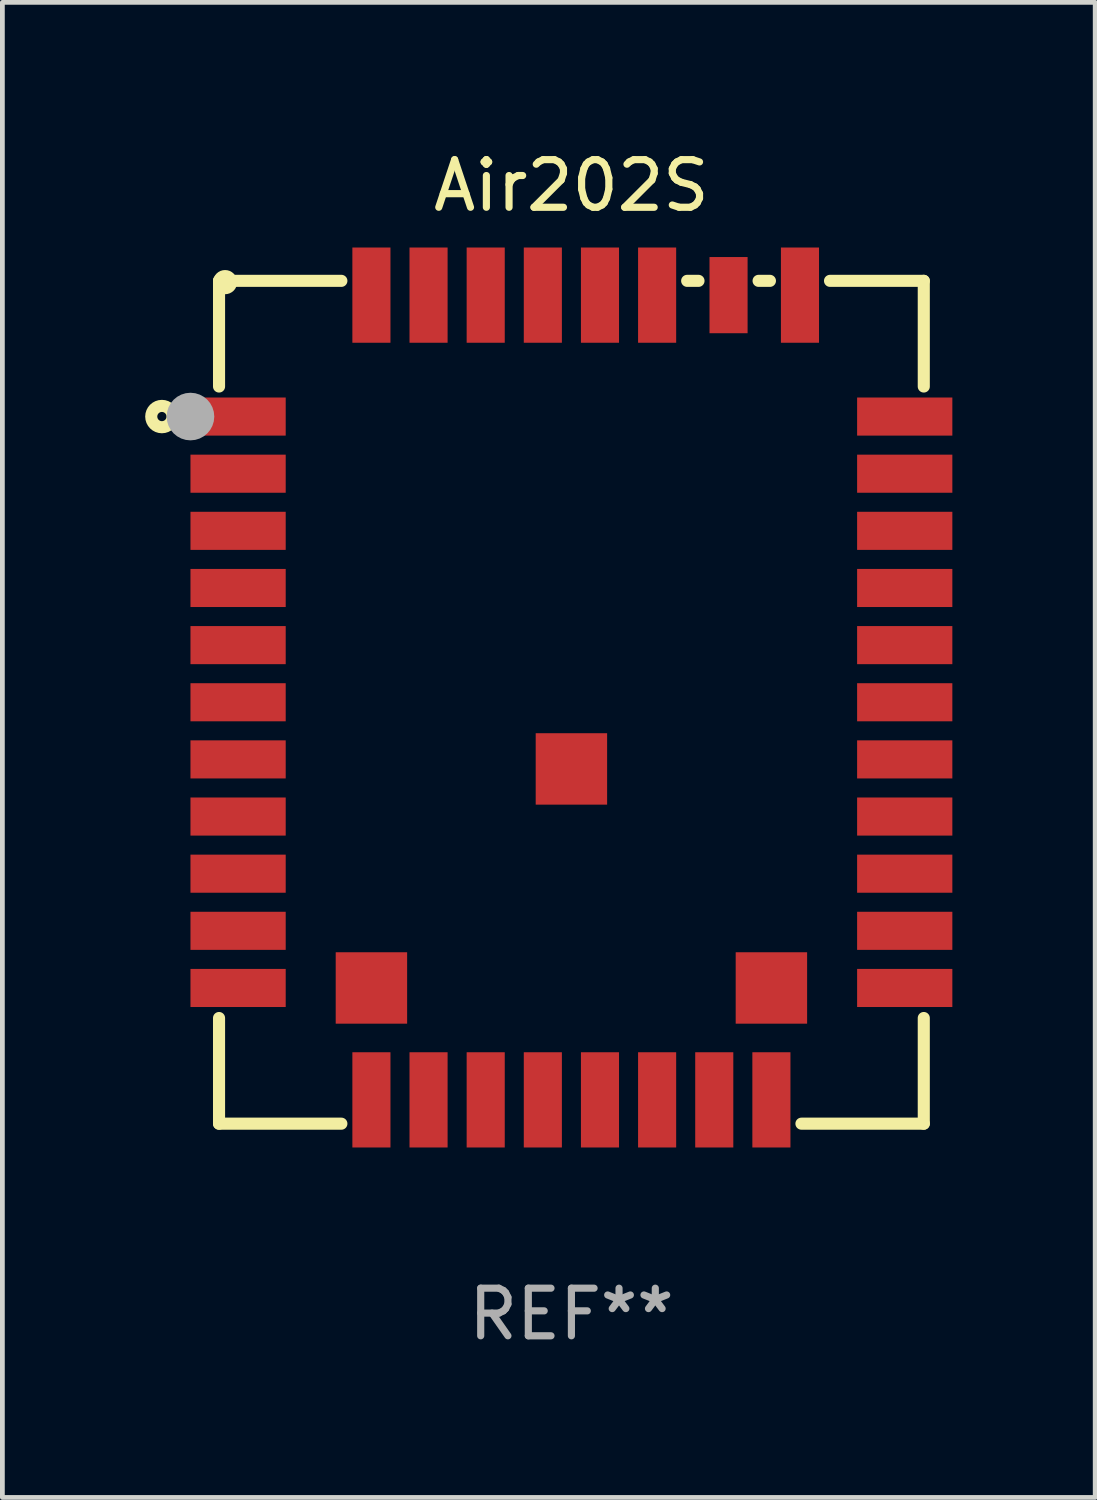
<source format=kicad_pcb>
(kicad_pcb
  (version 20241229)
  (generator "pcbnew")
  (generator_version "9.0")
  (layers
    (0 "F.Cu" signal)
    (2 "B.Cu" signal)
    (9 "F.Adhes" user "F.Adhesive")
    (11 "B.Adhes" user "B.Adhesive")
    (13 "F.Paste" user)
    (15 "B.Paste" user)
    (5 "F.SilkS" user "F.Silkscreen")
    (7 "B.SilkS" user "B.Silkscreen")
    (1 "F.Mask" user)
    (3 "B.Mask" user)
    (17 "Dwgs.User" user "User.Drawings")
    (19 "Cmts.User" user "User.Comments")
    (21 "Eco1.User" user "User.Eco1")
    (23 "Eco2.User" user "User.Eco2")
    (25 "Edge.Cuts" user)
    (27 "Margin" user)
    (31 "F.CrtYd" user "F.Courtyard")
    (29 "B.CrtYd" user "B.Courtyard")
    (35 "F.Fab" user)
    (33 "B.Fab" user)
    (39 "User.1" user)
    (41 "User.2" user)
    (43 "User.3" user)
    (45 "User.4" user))
  (footprint "Air202S"
    (layer "F.Cu")
    (at 8.95 11.698)
    (property "Reference" "Air202S" (at 0 -10.85 0) (layer "F.SilkS") (effects (font (size 1 1) (thickness 0.15))))
    (attr through_hole)
    (fp_line (start -7.4 -8.85) (end -7.4 -6.631) (stroke (width 0.254) (type solid)) (layer "F.SilkS"))
    (fp_line (start -7.4 -8.85) (end -4.831 -8.85) (stroke (width 0.254) (type solid)) (layer "F.SilkS"))
    (fp_line (start -7.4 6.631) (end -7.4 8.85) (stroke (width 0.254) (type solid)) (layer "F.SilkS"))
    (fp_line (start -4.831 8.85) (end -7.4 8.85) (stroke (width 0.254) (type solid)) (layer "F.SilkS"))
    (fp_line (start 2.669 -8.85) (end 2.431 -8.85) (stroke (width 0.254) (type solid)) (layer "F.SilkS"))
    (fp_line (start 4.169 -8.85) (end 3.931 -8.85) (stroke (width 0.254) (type solid)) (layer "F.SilkS"))
    (fp_line (start 7.4 -8.85) (end 5.431 -8.85) (stroke (width 0.254) (type solid)) (layer "F.SilkS"))
    (fp_line (start 7.4 -8.85) (end 7.4 -6.631) (stroke (width 0.254) (type solid)) (layer "F.SilkS"))
    (fp_line (start 7.4 6.631) (end 7.4 8.85) (stroke (width 0.254) (type solid)) (layer "F.SilkS"))
    (fp_line (start 7.4 8.85) (end 4.831 8.85) (stroke (width 0.254) (type solid)) (layer "F.SilkS"))
    (fp_circle (center -8.6 -6) (end -8.376 -6) (stroke (width 0.254) (type solid)) (fill no) (layer "F.SilkS"))
    (fp_circle (center -7.273 -8.823) (end -7.146 -8.823) (stroke (width 0.254) (type solid)) (fill no) (layer "F.SilkS"))
    (fp_circle (center -8 -6) (end -7.75 -6) (stroke (width 0.5) (type solid)) (fill no) (layer "F.Fab"))
    (fp_text user "REF**" (at 0 12.85 0) (layer "F.Fab") (effects (font (size 1 1) (thickness 0.15))))
    (pad "1" smd rect (at -7 -6) (size 2 0.8) (layers "F.Cu" "F.Mask" "F.Paste"))
    (pad "2" smd rect (at -7 -4.8) (size 2 0.8) (layers "F.Cu" "F.Mask" "F.Paste"))
    (pad "3" smd rect (at -7 -3.6) (size 2 0.8) (layers "F.Cu" "F.Mask" "F.Paste"))
    (pad "4" smd rect (at -7 -2.4) (size 2 0.8) (layers "F.Cu" "F.Mask" "F.Paste"))
    (pad "5" smd rect (at -7 -1.2) (size 2 0.8) (layers "F.Cu" "F.Mask" "F.Paste"))
    (pad "6" smd rect (at -7 0) (size 2 0.8) (layers "F.Cu" "F.Mask" "F.Paste"))
    (pad "7" smd rect (at -7 1.2) (size 2 0.8) (layers "F.Cu" "F.Mask" "F.Paste"))
    (pad "8" smd rect (at -7 2.4) (size 2 0.8) (layers "F.Cu" "F.Mask" "F.Paste"))
    (pad "9" smd rect (at -7 3.6) (size 2 0.8) (layers "F.Cu" "F.Mask" "F.Paste"))
    (pad "10" smd rect (at -7 4.8) (size 2 0.8) (layers "F.Cu" "F.Mask" "F.Paste"))
    (pad "11" smd rect (at -7 6) (size 2 0.8) (layers "F.Cu" "F.Mask" "F.Paste"))
    (pad "12" smd rect (at -4.2 8.35) (size 0.8 2) (layers "F.Cu" "F.Mask" "F.Paste"))
    (pad "13" smd rect (at -3 8.35) (size 0.8 2) (layers "F.Cu" "F.Mask" "F.Paste"))
    (pad "14" smd rect (at -1.8 8.35) (size 0.8 2) (layers "F.Cu" "F.Mask" "F.Paste"))
    (pad "15" smd rect (at -0.6 8.35) (size 0.8 2) (layers "F.Cu" "F.Mask" "F.Paste"))
    (pad "16" smd rect (at 0.6 8.35) (size 0.8 2) (layers "F.Cu" "F.Mask" "F.Paste"))
    (pad "17" smd rect (at 1.8 8.35) (size 0.8 2) (layers "F.Cu" "F.Mask" "F.Paste"))
    (pad "18" smd rect (at 3 8.35) (size 0.8 2) (layers "F.Cu" "F.Mask" "F.Paste"))
    (pad "19" smd rect (at 4.2 8.35) (size 0.8 2) (layers "F.Cu" "F.Mask" "F.Paste"))
    (pad "20" smd rect (at 7 6) (size 2 0.8) (layers "F.Cu" "F.Mask" "F.Paste"))
    (pad "21" smd rect (at 7 4.8) (size 2 0.8) (layers "F.Cu" "F.Mask" "F.Paste"))
    (pad "22" smd rect (at 7 3.6) (size 2 0.8) (layers "F.Cu" "F.Mask" "F.Paste"))
    (pad "23" smd rect (at 7 2.4) (size 2 0.8) (layers "F.Cu" "F.Mask" "F.Paste"))
    (pad "24" smd rect (at 7 1.2) (size 2 0.8) (layers "F.Cu" "F.Mask" "F.Paste"))
    (pad "25" smd rect (at 7 0) (size 2 0.8) (layers "F.Cu" "F.Mask" "F.Paste"))
    (pad "26" smd rect (at 7 -1.2) (size 2 0.8) (layers "F.Cu" "F.Mask" "F.Paste"))
    (pad "27" smd rect (at 7 -2.4) (size 2 0.8) (layers "F.Cu" "F.Mask" "F.Paste"))
    (pad "28" smd rect (at 7 -3.6) (size 2 0.8) (layers "F.Cu" "F.Mask" "F.Paste"))
    (pad "29" smd rect (at 7 -4.8) (size 2 0.8) (layers "F.Cu" "F.Mask" "F.Paste"))
    (pad "30" smd rect (at 7 -6) (size 2 0.8) (layers "F.Cu" "F.Mask" "F.Paste"))
    (pad "31" smd rect (at 4.8 -8.55) (size 0.8 2) (layers "F.Cu" "F.Mask" "F.Paste"))
    (pad "32" smd rect (at 3.3 -8.55) (size 0.8 1.6) (layers "F.Cu" "F.Mask" "F.Paste"))
    (pad "33" smd rect (at 1.8 -8.55) (size 0.8 2) (layers "F.Cu" "F.Mask" "F.Paste"))
    (pad "34" smd rect (at 0.6 -8.55) (size 0.8 2) (layers "F.Cu" "F.Mask" "F.Paste"))
    (pad "35" smd rect (at -0.6 -8.55) (size 0.8 2) (layers "F.Cu" "F.Mask" "F.Paste"))
    (pad "36" smd rect (at -1.8 -8.55) (size 0.8 2) (layers "F.Cu" "F.Mask" "F.Paste"))
    (pad "37" smd rect (at -3 -8.55) (size 0.8 2) (layers "F.Cu" "F.Mask" "F.Paste"))
    (pad "38" smd rect (at -4.2 -8.55) (size 0.8 2) (layers "F.Cu" "F.Mask" "F.Paste"))
    (pad "39" smd rect (at -4.2 6) (size 1.5 1.5) (layers "F.Cu" "F.Mask" "F.Paste"))
    (pad "40" smd rect (at -0.000013 1.4) (size 1.5 1.5) (layers "F.Cu" "F.Mask" "F.Paste"))
    (pad "41" smd rect (at 4.2 6) (size 1.5 1.5) (layers "F.Cu" "F.Mask" "F.Paste")))
  (gr_rect
    (start -3 -3)
    (end 19.95 28.397)
    (stroke (width 0.1) (type default))
    (fill no)
    (layer "Edge.Cuts")))
</source>
